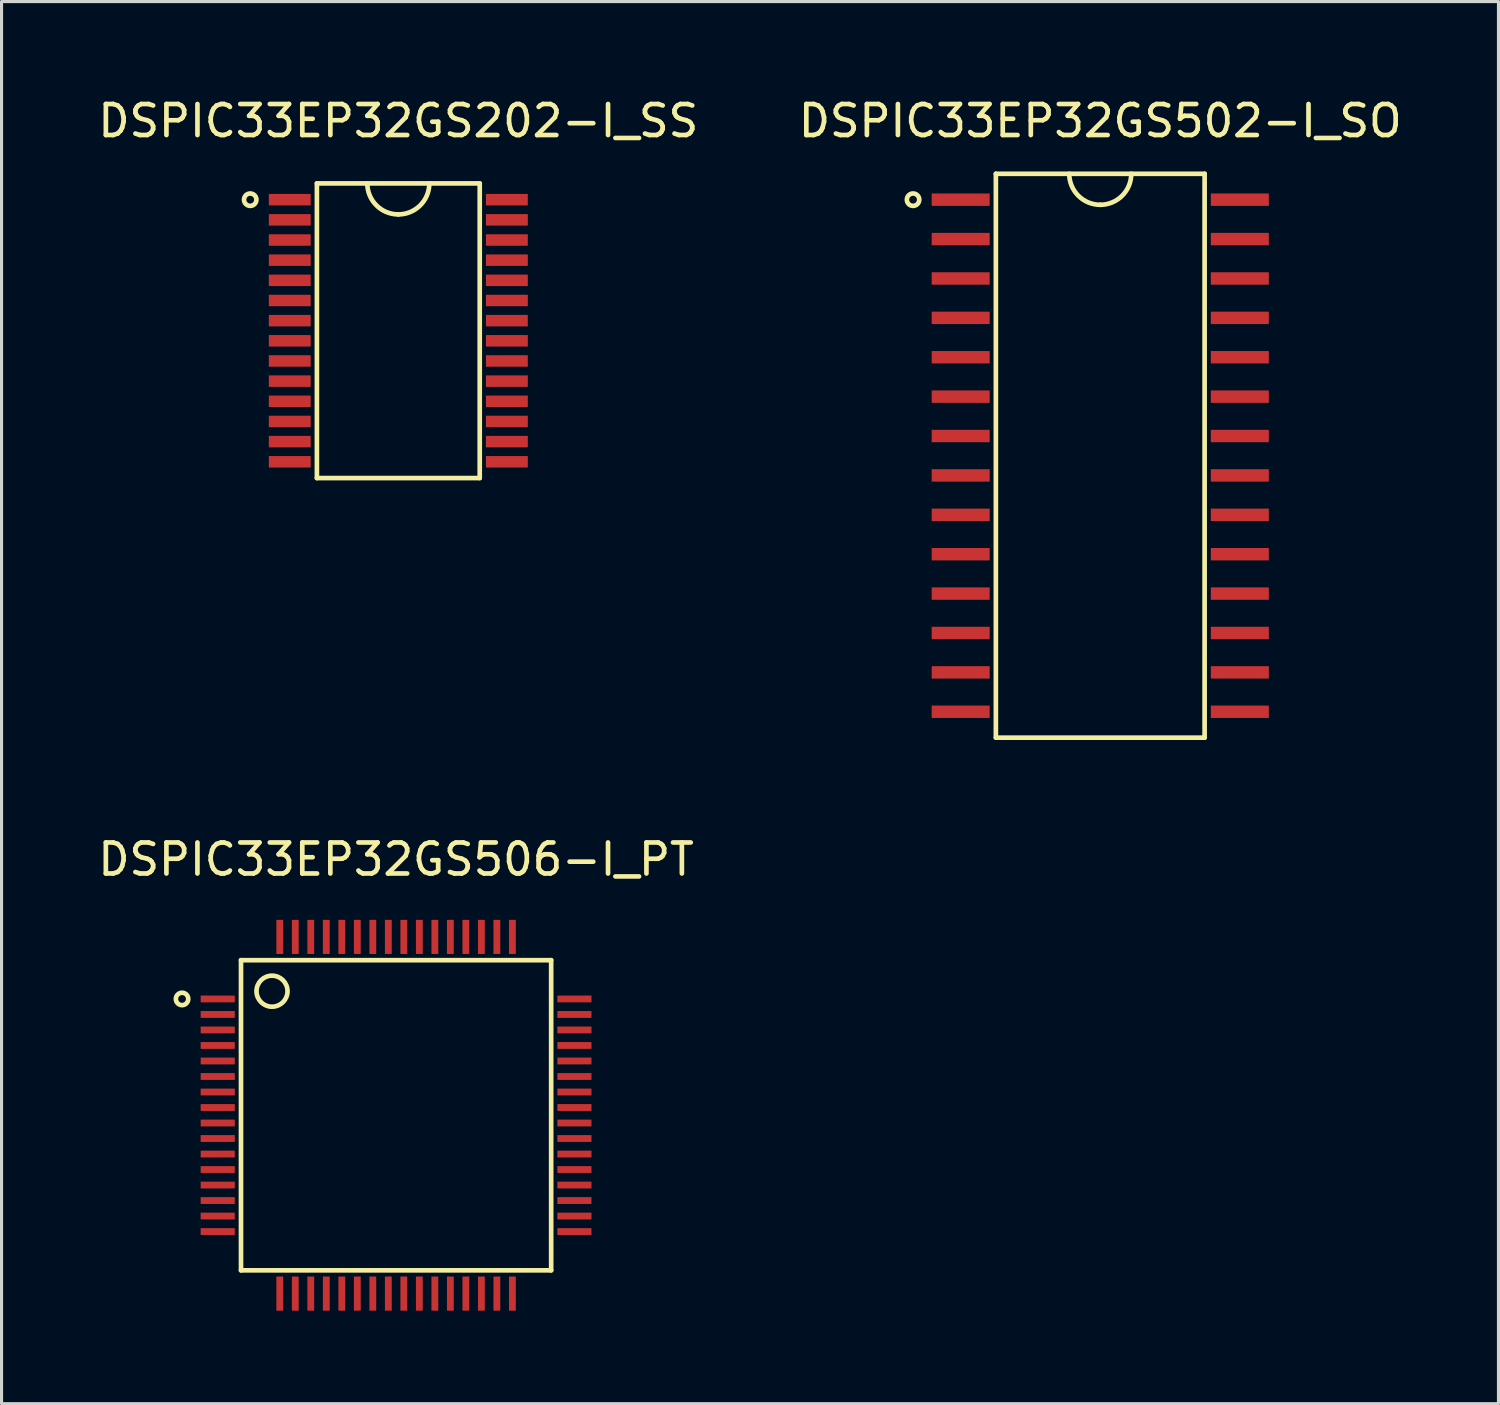
<source format=kicad_pcb>
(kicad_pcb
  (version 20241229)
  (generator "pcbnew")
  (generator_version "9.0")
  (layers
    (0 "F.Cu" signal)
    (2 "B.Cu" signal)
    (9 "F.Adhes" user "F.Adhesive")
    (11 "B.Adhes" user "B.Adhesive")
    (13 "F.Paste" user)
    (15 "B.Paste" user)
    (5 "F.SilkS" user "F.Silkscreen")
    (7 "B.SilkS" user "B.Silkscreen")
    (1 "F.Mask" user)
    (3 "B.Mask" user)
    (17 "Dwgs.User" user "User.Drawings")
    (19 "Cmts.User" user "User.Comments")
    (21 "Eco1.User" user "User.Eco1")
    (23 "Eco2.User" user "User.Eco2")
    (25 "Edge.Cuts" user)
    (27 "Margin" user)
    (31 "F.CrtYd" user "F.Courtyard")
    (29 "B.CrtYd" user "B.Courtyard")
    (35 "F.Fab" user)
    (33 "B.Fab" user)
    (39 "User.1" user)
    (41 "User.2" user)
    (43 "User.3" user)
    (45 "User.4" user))
  (footprint "DSPIC33EP32GS202-I_SS"
    (layer "F.Cu")
    (at 6.292 3.388)
    (property "Reference" "DSPIC33EP32GS202-I_SS" (at 3.5 -2.54 0) (layer "F.SilkS") (effects (font (size 1 1) (thickness 0.15))))
    (attr through_hole)
    (fp_line (start 0.875 -0.525) (end 6.125 -0.525) (stroke (width 0.15) (type solid)) (layer "F.SilkS"))
    (fp_line (start 0.875 8.975) (end 0.875 -0.525) (stroke (width 0.15) (type solid)) (layer "F.SilkS"))
    (fp_line (start 6.125 -0.525) (end 6.125 8.975) (stroke (width 0.15) (type solid)) (layer "F.SilkS"))
    (fp_line (start 6.125 8.975) (end 0.875 8.975) (stroke (width 0.15) (type solid)) (layer "F.SilkS"))
    (fp_arc (start 3.5 0.475) (mid 2.792893 0.182107) (end 2.5 -0.525) (stroke (width 0.15) (type solid)) (layer "F.SilkS"))
    (fp_arc (start 4.5 -0.525) (mid 4.207107 0.182107) (end 3.5 0.475) (stroke (width 0.15) (type solid)) (layer "F.SilkS"))
    (fp_circle (center -1.275 0) (end -1.275 0.2) (stroke (width 0.15) (type solid)) (fill no) (layer "F.SilkS"))
    (pad "1" smd rect (at 0 0) (size 1.35 0.37) (layers "F.Cu" "F.Mask" "F.Paste"))
    (pad "2" smd rect (at 0 0.65) (size 1.35 0.37) (layers "F.Cu" "F.Mask" "F.Paste"))
    (pad "3" smd rect (at 0 1.3) (size 1.35 0.37) (layers "F.Cu" "F.Mask" "F.Paste"))
    (pad "4" smd rect (at 0 1.95) (size 1.35 0.37) (layers "F.Cu" "F.Mask" "F.Paste"))
    (pad "5" smd rect (at 0 2.6) (size 1.35 0.37) (layers "F.Cu" "F.Mask" "F.Paste"))
    (pad "6" smd rect (at 0 3.25) (size 1.35 0.37) (layers "F.Cu" "F.Mask" "F.Paste"))
    (pad "7" smd rect (at 0 3.9) (size 1.35 0.37) (layers "F.Cu" "F.Mask" "F.Paste"))
    (pad "8" smd rect (at 0 4.55) (size 1.35 0.37) (layers "F.Cu" "F.Mask" "F.Paste"))
    (pad "9" smd rect (at 0 5.2) (size 1.35 0.37) (layers "F.Cu" "F.Mask" "F.Paste"))
    (pad "10" smd rect (at 0 5.85) (size 1.35 0.37) (layers "F.Cu" "F.Mask" "F.Paste"))
    (pad "11" smd rect (at 0 6.5) (size 1.35 0.37) (layers "F.Cu" "F.Mask" "F.Paste"))
    (pad "12" smd rect (at 0 7.15) (size 1.35 0.37) (layers "F.Cu" "F.Mask" "F.Paste"))
    (pad "13" smd rect (at 0 7.8) (size 1.35 0.37) (layers "F.Cu" "F.Mask" "F.Paste"))
    (pad "14" smd rect (at 0 8.45) (size 1.35 0.37) (layers "F.Cu" "F.Mask" "F.Paste"))
    (pad "15" smd rect (at 7 8.45) (size 1.35 0.37) (layers "F.Cu" "F.Mask" "F.Paste"))
    (pad "16" smd rect (at 7 7.8) (size 1.35 0.37) (layers "F.Cu" "F.Mask" "F.Paste"))
    (pad "17" smd rect (at 7 7.15) (size 1.35 0.37) (layers "F.Cu" "F.Mask" "F.Paste"))
    (pad "18" smd rect (at 7 6.5) (size 1.35 0.37) (layers "F.Cu" "F.Mask" "F.Paste"))
    (pad "19" smd rect (at 7 5.85) (size 1.35 0.37) (layers "F.Cu" "F.Mask" "F.Paste"))
    (pad "20" smd rect (at 7 5.2) (size 1.35 0.37) (layers "F.Cu" "F.Mask" "F.Paste"))
    (pad "21" smd rect (at 7 4.55) (size 1.35 0.37) (layers "F.Cu" "F.Mask" "F.Paste"))
    (pad "22" smd rect (at 7 3.9) (size 1.35 0.37) (layers "F.Cu" "F.Mask" "F.Paste"))
    (pad "23" smd rect (at 7 3.25) (size 1.35 0.37) (layers "F.Cu" "F.Mask" "F.Paste"))
    (pad "24" smd rect (at 7 2.6) (size 1.35 0.37) (layers "F.Cu" "F.Mask" "F.Paste"))
    (pad "25" smd rect (at 7 1.95) (size 1.35 0.37) (layers "F.Cu" "F.Mask" "F.Paste"))
    (pad "26" smd rect (at 7 1.3) (size 1.35 0.37) (layers "F.Cu" "F.Mask" "F.Paste"))
    (pad "27" smd rect (at 7 0.65) (size 1.35 0.37) (layers "F.Cu" "F.Mask" "F.Paste"))
    (pad "28" smd rect (at 7 0) (size 1.35 0.37) (layers "F.Cu" "F.Mask" "F.Paste")))
  (footprint "DSPIC33EP32GS506-I_PT"
    (layer "F.Cu")
    (at 3.97 27.157)
    (property "Reference" "DSPIC33EP32GS506-I_PT" (at 5.75 -2.5 0) (layer "F.SilkS") (effects (font (size 1 1) (thickness 0.15))))
    (attr through_hole)
    (fp_line (start 0.75 0.75) (end 0.75 10.75) (stroke (width 0.15) (type solid)) (layer "F.SilkS"))
    (fp_line (start 0.75 0.75) (end 10.75 0.75) (stroke (width 0.15) (type solid)) (layer "F.SilkS"))
    (fp_line (start 0.75 10.75) (end 10.75 10.75) (stroke (width 0.15) (type solid)) (layer "F.SilkS"))
    (fp_line (start 10.75 10.75) (end 10.75 0.75) (stroke (width 0.15) (type solid)) (layer "F.SilkS"))
    (fp_circle (center -1.15 2) (end -1.15 1.8) (stroke (width 0.15) (type solid)) (fill no) (layer "F.SilkS"))
    (fp_circle (center 1.75 1.75) (end 1.75 1.25) (stroke (width 0.15) (type solid)) (fill no) (layer "F.SilkS"))
    (pad "1" smd rect (at 0 2) (size 1.1 0.22) (layers "F.Cu" "F.Mask" "F.Paste"))
    (pad "2" smd rect (at 0 2.5) (size 1.1 0.22) (layers "F.Cu" "F.Mask" "F.Paste"))
    (pad "3" smd rect (at 0 3) (size 1.1 0.22) (layers "F.Cu" "F.Mask" "F.Paste"))
    (pad "4" smd rect (at 0 3.5) (size 1.1 0.22) (layers "F.Cu" "F.Mask" "F.Paste"))
    (pad "5" smd rect (at 0 4) (size 1.1 0.22) (layers "F.Cu" "F.Mask" "F.Paste"))
    (pad "6" smd rect (at 0 4.5) (size 1.1 0.22) (layers "F.Cu" "F.Mask" "F.Paste"))
    (pad "7" smd rect (at 0 5) (size 1.1 0.22) (layers "F.Cu" "F.Mask" "F.Paste"))
    (pad "8" smd rect (at 0 5.5) (size 1.1 0.22) (layers "F.Cu" "F.Mask" "F.Paste"))
    (pad "9" smd rect (at 0 6) (size 1.1 0.22) (layers "F.Cu" "F.Mask" "F.Paste"))
    (pad "10" smd rect (at 0 6.5) (size 1.1 0.22) (layers "F.Cu" "F.Mask" "F.Paste"))
    (pad "11" smd rect (at 0 7) (size 1.1 0.22) (layers "F.Cu" "F.Mask" "F.Paste"))
    (pad "12" smd rect (at 0 7.5) (size 1.1 0.22) (layers "F.Cu" "F.Mask" "F.Paste"))
    (pad "13" smd rect (at 0 8) (size 1.1 0.22) (layers "F.Cu" "F.Mask" "F.Paste"))
    (pad "14" smd rect (at 0 8.5) (size 1.1 0.22) (layers "F.Cu" "F.Mask" "F.Paste"))
    (pad "15" smd rect (at 0 9) (size 1.1 0.22) (layers "F.Cu" "F.Mask" "F.Paste"))
    (pad "16" smd rect (at 0 9.5) (size 1.1 0.22) (layers "F.Cu" "F.Mask" "F.Paste"))
    (pad "17" smd rect (at 2 11.5) (size 0.22 1.1) (layers "F.Cu" "F.Mask" "F.Paste"))
    (pad "18" smd rect (at 2.5 11.5) (size 0.22 1.1) (layers "F.Cu" "F.Mask" "F.Paste"))
    (pad "19" smd rect (at 3 11.5) (size 0.22 1.1) (layers "F.Cu" "F.Mask" "F.Paste"))
    (pad "20" smd rect (at 3.5 11.5) (size 0.22 1.1) (layers "F.Cu" "F.Mask" "F.Paste"))
    (pad "21" smd rect (at 4 11.5) (size 0.22 1.1) (layers "F.Cu" "F.Mask" "F.Paste"))
    (pad "22" smd rect (at 4.5 11.5) (size 0.22 1.1) (layers "F.Cu" "F.Mask" "F.Paste"))
    (pad "23" smd rect (at 5 11.5) (size 0.22 1.1) (layers "F.Cu" "F.Mask" "F.Paste"))
    (pad "24" smd rect (at 5.5 11.5) (size 0.22 1.1) (layers "F.Cu" "F.Mask" "F.Paste"))
    (pad "25" smd rect (at 6 11.5) (size 0.22 1.1) (layers "F.Cu" "F.Mask" "F.Paste"))
    (pad "26" smd rect (at 6.5 11.5) (size 0.22 1.1) (layers "F.Cu" "F.Mask" "F.Paste"))
    (pad "27" smd rect (at 7 11.5) (size 0.22 1.1) (layers "F.Cu" "F.Mask" "F.Paste"))
    (pad "28" smd rect (at 7.5 11.5) (size 0.22 1.1) (layers "F.Cu" "F.Mask" "F.Paste"))
    (pad "29" smd rect (at 8 11.5) (size 0.22 1.1) (layers "F.Cu" "F.Mask" "F.Paste"))
    (pad "30" smd rect (at 8.5 11.5) (size 0.22 1.1) (layers "F.Cu" "F.Mask" "F.Paste"))
    (pad "31" smd rect (at 9 11.5) (size 0.22 1.1) (layers "F.Cu" "F.Mask" "F.Paste"))
    (pad "32" smd rect (at 9.5 11.5) (size 0.22 1.1) (layers "F.Cu" "F.Mask" "F.Paste"))
    (pad "33" smd rect (at 11.5 9.5) (size 1.1 0.22) (layers "F.Cu" "F.Mask" "F.Paste"))
    (pad "34" smd rect (at 11.5 9) (size 1.1 0.22) (layers "F.Cu" "F.Mask" "F.Paste"))
    (pad "35" smd rect (at 11.5 8.5) (size 1.1 0.22) (layers "F.Cu" "F.Mask" "F.Paste"))
    (pad "36" smd rect (at 11.5 8) (size 1.1 0.22) (layers "F.Cu" "F.Mask" "F.Paste"))
    (pad "37" smd rect (at 11.5 7.5) (size 1.1 0.22) (layers "F.Cu" "F.Mask" "F.Paste"))
    (pad "38" smd rect (at 11.5 7) (size 1.1 0.22) (layers "F.Cu" "F.Mask" "F.Paste"))
    (pad "39" smd rect (at 11.5 6.5) (size 1.1 0.22) (layers "F.Cu" "F.Mask" "F.Paste"))
    (pad "40" smd rect (at 11.5 6) (size 1.1 0.22) (layers "F.Cu" "F.Mask" "F.Paste"))
    (pad "41" smd rect (at 11.5 5.5) (size 1.1 0.22) (layers "F.Cu" "F.Mask" "F.Paste"))
    (pad "42" smd rect (at 11.5 5) (size 1.1 0.22) (layers "F.Cu" "F.Mask" "F.Paste"))
    (pad "43" smd rect (at 11.5 4.5) (size 1.1 0.22) (layers "F.Cu" "F.Mask" "F.Paste"))
    (pad "44" smd rect (at 11.5 4) (size 1.1 0.22) (layers "F.Cu" "F.Mask" "F.Paste"))
    (pad "45" smd rect (at 11.5 3.5) (size 1.1 0.22) (layers "F.Cu" "F.Mask" "F.Paste"))
    (pad "46" smd rect (at 11.5 3) (size 1.1 0.22) (layers "F.Cu" "F.Mask" "F.Paste"))
    (pad "47" smd rect (at 11.5 2.5) (size 1.1 0.22) (layers "F.Cu" "F.Mask" "F.Paste"))
    (pad "48" smd rect (at 11.5 2) (size 1.1 0.22) (layers "F.Cu" "F.Mask" "F.Paste"))
    (pad "49" smd rect (at 9.5 0) (size 0.22 1.1) (layers "F.Cu" "F.Mask" "F.Paste"))
    (pad "50" smd rect (at 9 0) (size 0.22 1.1) (layers "F.Cu" "F.Mask" "F.Paste"))
    (pad "51" smd rect (at 8.5 0) (size 0.22 1.1) (layers "F.Cu" "F.Mask" "F.Paste"))
    (pad "52" smd rect (at 8 0) (size 0.22 1.1) (layers "F.Cu" "F.Mask" "F.Paste"))
    (pad "53" smd rect (at 7.5 0) (size 0.22 1.1) (layers "F.Cu" "F.Mask" "F.Paste"))
    (pad "54" smd rect (at 7 0) (size 0.22 1.1) (layers "F.Cu" "F.Mask" "F.Paste"))
    (pad "55" smd rect (at 6.5 0) (size 0.22 1.1) (layers "F.Cu" "F.Mask" "F.Paste"))
    (pad "56" smd rect (at 6 0) (size 0.22 1.1) (layers "F.Cu" "F.Mask" "F.Paste"))
    (pad "57" smd rect (at 5.5 0) (size 0.22 1.1) (layers "F.Cu" "F.Mask" "F.Paste"))
    (pad "58" smd rect (at 5 0) (size 0.22 1.1) (layers "F.Cu" "F.Mask" "F.Paste"))
    (pad "59" smd rect (at 4.5 0) (size 0.22 1.1) (layers "F.Cu" "F.Mask" "F.Paste"))
    (pad "60" smd rect (at 4 0) (size 0.22 1.1) (layers "F.Cu" "F.Mask" "F.Paste"))
    (pad "61" smd rect (at 3.5 0) (size 0.22 1.1) (layers "F.Cu" "F.Mask" "F.Paste"))
    (pad "62" smd rect (at 3 0) (size 0.22 1.1) (layers "F.Cu" "F.Mask" "F.Paste"))
    (pad "63" smd rect (at 2.5 0) (size 0.22 1.1) (layers "F.Cu" "F.Mask" "F.Paste"))
    (pad "64" smd rect (at 2 0) (size 0.22 1.1) (layers "F.Cu" "F.Mask" "F.Paste")))
  (footprint "DSPIC33EP32GS502-I_SO"
    (layer "F.Cu")
    (at 27.923 3.388)
    (property "Reference" "DSPIC33EP32GS502-I_SO" (at 4.5 -2.54 0) (layer "F.SilkS") (effects (font (size 1 1) (thickness 0.15))))
    (attr through_hole)
    (fp_line (start 1.135 -0.835) (end 7.865 -0.835) (stroke (width 0.15) (type solid)) (layer "F.SilkS"))
    (fp_line (start 1.135 17.345) (end 1.135 -0.835) (stroke (width 0.15) (type solid)) (layer "F.SilkS"))
    (fp_line (start 7.865 -0.835) (end 7.865 17.345) (stroke (width 0.15) (type solid)) (layer "F.SilkS"))
    (fp_line (start 7.865 17.345) (end 1.135 17.345) (stroke (width 0.15) (type solid)) (layer "F.SilkS"))
    (fp_arc (start 4.5 0.165) (mid 3.792893 -0.127893) (end 3.5 -0.835) (stroke (width 0.15) (type solid)) (layer "F.SilkS"))
    (fp_arc (start 5.5 -0.835) (mid 5.207107 -0.127893) (end 4.5 0.165) (stroke (width 0.15) (type solid)) (layer "F.SilkS"))
    (fp_circle (center -1.535 0) (end -1.535 0.2) (stroke (width 0.15) (type solid)) (fill no) (layer "F.SilkS"))
    (pad "1" smd rect (at 0 0) (size 1.87 0.4) (layers "F.Cu" "F.Mask" "F.Paste"))
    (pad "2" smd rect (at 0 1.27) (size 1.87 0.4) (layers "F.Cu" "F.Mask" "F.Paste"))
    (pad "3" smd rect (at 0 2.54) (size 1.87 0.4) (layers "F.Cu" "F.Mask" "F.Paste"))
    (pad "4" smd rect (at 0 3.81) (size 1.87 0.4) (layers "F.Cu" "F.Mask" "F.Paste"))
    (pad "5" smd rect (at 0 5.08) (size 1.87 0.4) (layers "F.Cu" "F.Mask" "F.Paste"))
    (pad "6" smd rect (at 0 6.35) (size 1.87 0.4) (layers "F.Cu" "F.Mask" "F.Paste"))
    (pad "7" smd rect (at 0 7.62) (size 1.87 0.4) (layers "F.Cu" "F.Mask" "F.Paste"))
    (pad "8" smd rect (at 0 8.89) (size 1.87 0.4) (layers "F.Cu" "F.Mask" "F.Paste"))
    (pad "9" smd rect (at 0 10.16) (size 1.87 0.4) (layers "F.Cu" "F.Mask" "F.Paste"))
    (pad "10" smd rect (at 0 11.43) (size 1.87 0.4) (layers "F.Cu" "F.Mask" "F.Paste"))
    (pad "11" smd rect (at 0 12.7) (size 1.87 0.4) (layers "F.Cu" "F.Mask" "F.Paste"))
    (pad "12" smd rect (at 0 13.97) (size 1.87 0.4) (layers "F.Cu" "F.Mask" "F.Paste"))
    (pad "13" smd rect (at 0 15.24) (size 1.87 0.4) (layers "F.Cu" "F.Mask" "F.Paste"))
    (pad "14" smd rect (at 0 16.51) (size 1.87 0.4) (layers "F.Cu" "F.Mask" "F.Paste"))
    (pad "15" smd rect (at 9 16.51) (size 1.87 0.4) (layers "F.Cu" "F.Mask" "F.Paste"))
    (pad "16" smd rect (at 9 15.24) (size 1.87 0.4) (layers "F.Cu" "F.Mask" "F.Paste"))
    (pad "17" smd rect (at 9 13.97) (size 1.87 0.4) (layers "F.Cu" "F.Mask" "F.Paste"))
    (pad "18" smd rect (at 9 12.7) (size 1.87 0.4) (layers "F.Cu" "F.Mask" "F.Paste"))
    (pad "19" smd rect (at 9 11.43) (size 1.87 0.4) (layers "F.Cu" "F.Mask" "F.Paste"))
    (pad "20" smd rect (at 9 10.16) (size 1.87 0.4) (layers "F.Cu" "F.Mask" "F.Paste"))
    (pad "21" smd rect (at 9 8.89) (size 1.87 0.4) (layers "F.Cu" "F.Mask" "F.Paste"))
    (pad "22" smd rect (at 9 7.62) (size 1.87 0.4) (layers "F.Cu" "F.Mask" "F.Paste"))
    (pad "23" smd rect (at 9 6.35) (size 1.87 0.4) (layers "F.Cu" "F.Mask" "F.Paste"))
    (pad "24" smd rect (at 9 5.08) (size 1.87 0.4) (layers "F.Cu" "F.Mask" "F.Paste"))
    (pad "25" smd rect (at 9 3.81) (size 1.87 0.4) (layers "F.Cu" "F.Mask" "F.Paste"))
    (pad "26" smd rect (at 9 2.54) (size 1.87 0.4) (layers "F.Cu" "F.Mask" "F.Paste"))
    (pad "27" smd rect (at 9 1.27) (size 1.87 0.4) (layers "F.Cu" "F.Mask" "F.Paste"))
    (pad "28" smd rect (at 9 0) (size 1.87 0.4) (layers "F.Cu" "F.Mask" "F.Paste")))
  (gr_rect
    (start -3 -3)
    (end 45.262 42.206)
    (stroke (width 0.1) (type default))
    (fill no)
    (layer "Edge.Cuts")))
</source>
